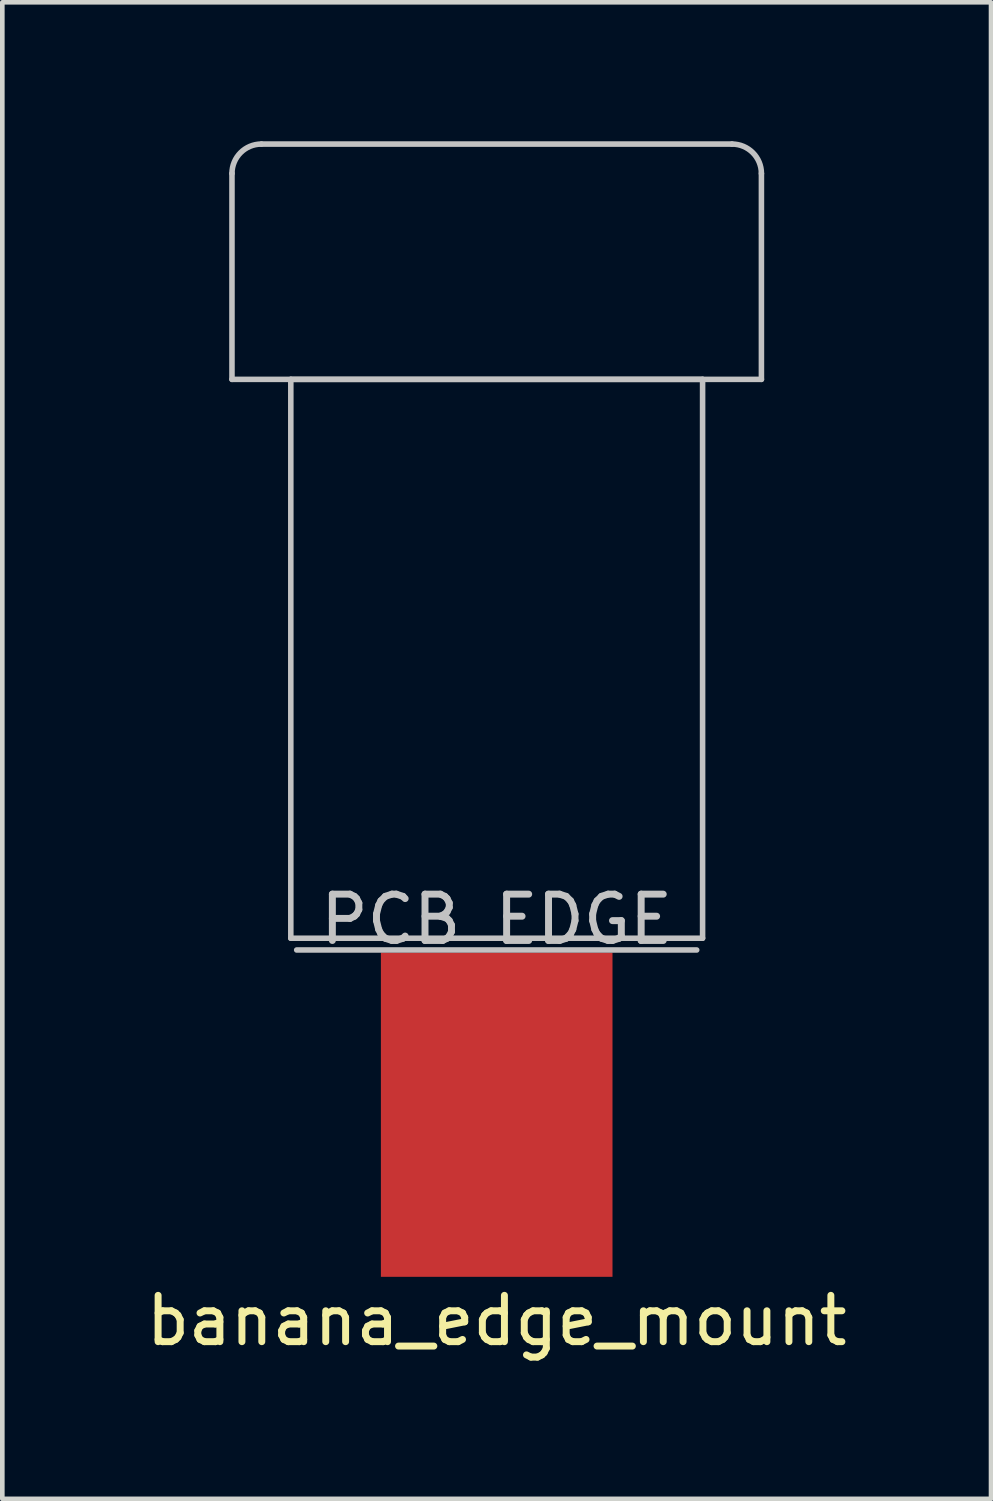
<source format=kicad_pcb>
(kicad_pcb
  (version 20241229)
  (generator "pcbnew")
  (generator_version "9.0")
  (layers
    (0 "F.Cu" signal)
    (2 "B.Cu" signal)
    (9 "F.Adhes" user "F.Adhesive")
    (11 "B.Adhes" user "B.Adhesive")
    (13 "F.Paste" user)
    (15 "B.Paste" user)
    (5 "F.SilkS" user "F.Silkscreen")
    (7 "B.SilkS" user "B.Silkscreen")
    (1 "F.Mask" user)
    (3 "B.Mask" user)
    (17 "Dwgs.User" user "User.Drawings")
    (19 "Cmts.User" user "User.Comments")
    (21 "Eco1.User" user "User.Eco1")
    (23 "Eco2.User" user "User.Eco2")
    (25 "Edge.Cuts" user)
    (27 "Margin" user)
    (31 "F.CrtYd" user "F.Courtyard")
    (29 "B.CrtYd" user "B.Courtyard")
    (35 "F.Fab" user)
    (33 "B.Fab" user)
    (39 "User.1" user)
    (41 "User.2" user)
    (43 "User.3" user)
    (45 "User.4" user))
  (footprint "banana_edge_mount"
    (layer "F.Cu")
    (at 7.673 21.015)
    (property "Reference" "banana_edge_mount" (at 0 4.445 0) (layer "F.SilkS") (effects (font (size 1 1) (thickness 0.15))))
    (attr through_hole)
    (fp_line (start -5.715 -20.32) (end -5.715 -15.875) (stroke (width 0.12) (type solid)) (layer "Dwgs.User"))
    (fp_line (start -5.715 -15.875) (end 5.715 -15.875) (stroke (width 0.12) (type solid)) (layer "Dwgs.User"))
    (fp_line (start -4.445 -15.875) (end -4.445 -3.81) (stroke (width 0.12) (type solid)) (layer "Dwgs.User"))
    (fp_line (start -4.445 -3.81) (end 4.445 -3.81) (stroke (width 0.12) (type solid)) (layer "Dwgs.User"))
    (fp_line (start -4.318 -3.556) (end 4.318 -3.556) (stroke (width 0.12) (type solid)) (layer "Dwgs.User"))
    (fp_line (start 4.445 -15.875) (end -4.445 -15.875) (stroke (width 0.12) (type solid)) (layer "Dwgs.User"))
    (fp_line (start 4.445 -3.81) (end 4.445 -15.875) (stroke (width 0.12) (type solid)) (layer "Dwgs.User"))
    (fp_line (start 5.08 -20.955) (end -5.08 -20.955) (stroke (width 0.12) (type solid)) (layer "Dwgs.User"))
    (fp_line (start 5.715 -15.875) (end 5.715 -20.32) (stroke (width 0.12) (type solid)) (layer "Dwgs.User"))
    (fp_arc (start -5.715 -20.32) (mid -5.529013 -20.769013) (end -5.08 -20.955) (stroke (width 0.12) (type solid)) (layer "Dwgs.User"))
    (fp_arc (start 5.08 -20.955) (mid 5.529013 -20.769013) (end 5.715 -20.32) (stroke (width 0.12) (type solid)) (layer "Dwgs.User"))
    (fp_text user "PCB EDGE" (at 0 -4.216 0) (layer "Dwgs.User") (effects (font (size 1 1) (thickness 0.15))))
    (pad "1" smd rect (at 0 0) (size 5 7) (layers "F.Cu" "F.Mask" "F.Paste")))
  (gr_rect
    (start -3 -3)
    (end 18.345 29.308)
    (stroke (width 0.1) (type default))
    (fill no)
    (layer "Edge.Cuts")))
</source>
